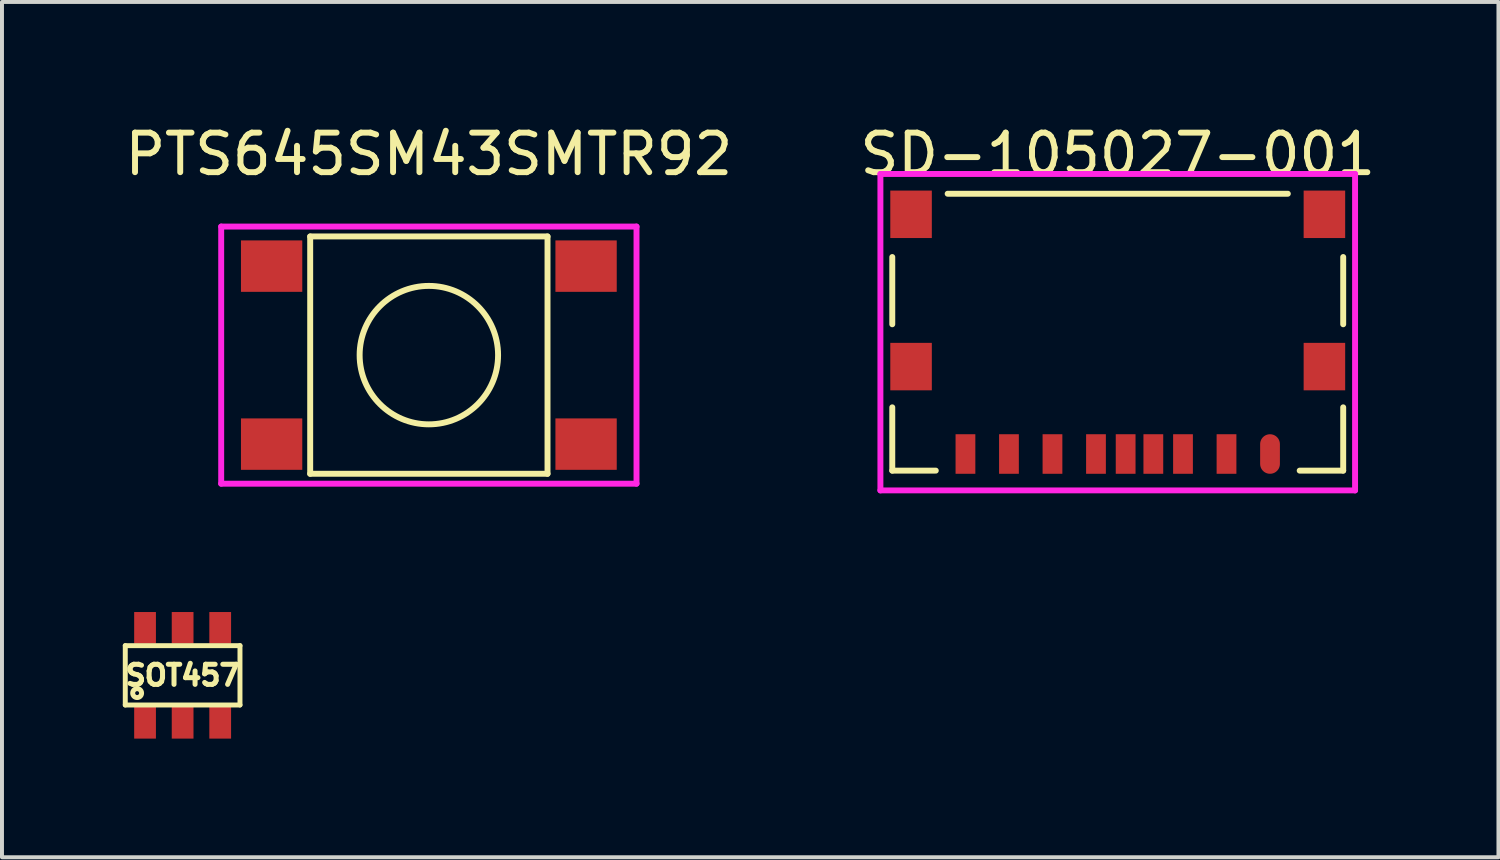
<source format=kicad_pcb>
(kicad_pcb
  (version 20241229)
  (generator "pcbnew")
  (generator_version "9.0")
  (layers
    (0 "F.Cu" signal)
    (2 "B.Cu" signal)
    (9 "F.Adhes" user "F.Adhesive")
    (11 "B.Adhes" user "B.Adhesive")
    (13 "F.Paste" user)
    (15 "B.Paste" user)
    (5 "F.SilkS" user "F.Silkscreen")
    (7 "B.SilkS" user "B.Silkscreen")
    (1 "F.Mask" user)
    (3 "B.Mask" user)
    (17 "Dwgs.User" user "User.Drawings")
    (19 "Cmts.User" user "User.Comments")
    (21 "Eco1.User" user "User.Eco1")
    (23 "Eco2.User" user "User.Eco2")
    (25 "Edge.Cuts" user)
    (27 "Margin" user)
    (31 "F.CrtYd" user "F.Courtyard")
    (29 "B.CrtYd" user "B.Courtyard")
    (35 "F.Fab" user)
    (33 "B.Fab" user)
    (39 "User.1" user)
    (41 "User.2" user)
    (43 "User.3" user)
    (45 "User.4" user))
  (footprint "SD-105027-001"
    (layer "F.Cu")
    (at 25.208 5.348)
    (property "Reference" "SD-105027-001" (at 0 -4.5 0) (layer "F.SilkS") (effects (font (size 1 1) (thickness 0.15))))
    (attr through_hole)
    (fp_line (start -5.7 -0.2) (end -5.7 -1.9) (stroke (width 0.15) (type solid)) (layer "F.SilkS"))
    (fp_line (start -5.7 3.5) (end -5.7 1.9) (stroke (width 0.15) (type solid)) (layer "F.SilkS"))
    (fp_line (start -4.6 3.5) (end -5.7 3.5) (stroke (width 0.15) (type solid)) (layer "F.SilkS"))
    (fp_line (start -4.3 -3.5) (end 4.3 -3.5) (stroke (width 0.15) (type solid)) (layer "F.SilkS"))
    (fp_line (start 5.7 -1.9) (end 5.7 -0.2) (stroke (width 0.15) (type solid)) (layer "F.SilkS"))
    (fp_line (start 5.7 1.9) (end 5.7 3.5) (stroke (width 0.15) (type solid)) (layer "F.SilkS"))
    (fp_line (start 5.7 3.5) (end 4.6 3.5) (stroke (width 0.15) (type solid)) (layer "F.SilkS"))
    (fp_line (start -6 -4) (end -6 4) (stroke (width 0.15) (type solid)) (layer "F.CrtYd"))
    (fp_line (start -6 4) (end 6 4) (stroke (width 0.15) (type solid)) (layer "F.CrtYd"))
    (fp_line (start 6 -4) (end -6 -4) (stroke (width 0.15) (type solid)) (layer "F.CrtYd"))
    (fp_line (start 6 4) (end 6 -4) (stroke (width 0.15) (type solid)) (layer "F.CrtYd"))
    (pad "G1" smd rect (at 0.2 3.08) (size 0.5 1) (layers "F.Cu" "F.Mask" "F.Paste"))
    (pad "P1" smd oval (at 3.85 3.08) (size 0.5 1) (layers "F.Cu" "F.Mask" "F.Paste"))
    (pad "P2" smd rect (at 2.75 3.08) (size 0.5 1) (layers "F.Cu" "F.Mask" "F.Paste"))
    (pad "P3" smd rect (at 1.65 3.08) (size 0.5 1) (layers "F.Cu" "F.Mask" "F.Paste"))
    (pad "P4" smd rect (at 0.9 3.08) (size 0.5 1) (layers "F.Cu" "F.Mask" "F.Paste"))
    (pad "P5" smd rect (at -0.55 3.08) (size 0.5 1) (layers "F.Cu" "F.Mask" "F.Paste"))
    (pad "P6" smd rect (at -1.65 3.08) (size 0.5 1) (layers "F.Cu" "F.Mask" "F.Paste"))
    (pad "P7" smd rect (at -2.75 3.08) (size 0.5 1) (layers "F.Cu" "F.Mask" "F.Paste"))
    (pad "P8" smd rect (at -3.85 3.08) (size 0.5 1) (layers "F.Cu" "F.Mask" "F.Paste"))
    (pad "S1" smd rect (at -5.225 -2.98) (size 1.05 1.2) (layers "F.Cu" "F.Mask" "F.Paste"))
    (pad "S2" smd rect (at -5.225 0.87) (size 1.05 1.2) (layers "F.Cu" "F.Mask" "F.Paste"))
    (pad "S3" smd rect (at 5.225 0.87) (size 1.05 1.2) (layers "F.Cu" "F.Mask" "F.Paste"))
    (pad "S4" smd rect (at 5.225 -2.98) (size 1.05 1.2) (layers "F.Cu" "F.Mask" "F.Paste")))
  (footprint "PTS645SM43SMTR92"
    (layer "F.Cu")
    (at 7.792 5.928)
    (property "Reference" "PTS645SM43SMTR92" (at 0 -5.08 0) (layer "F.SilkS") (effects (font (size 1 1) (thickness 0.15))))
    (attr through_hole)
    (fp_line (start -3 -3) (end -3 3) (stroke (width 0.15) (type solid)) (layer "F.SilkS"))
    (fp_line (start -3 3) (end 3 3) (stroke (width 0.15) (type solid)) (layer "F.SilkS"))
    (fp_line (start 3 -3) (end -3 -3) (stroke (width 0.15) (type solid)) (layer "F.SilkS"))
    (fp_line (start 3 3) (end 3 -3) (stroke (width 0.15) (type solid)) (layer "F.SilkS"))
    (fp_circle (center 0 0) (end 0 1.75) (stroke (width 0.15) (type solid)) (fill no) (layer "F.SilkS"))
    (fp_line (start -5.25 -3.25) (end -5.25 3.25) (stroke (width 0.15) (type solid)) (layer "F.CrtYd"))
    (fp_line (start -5.25 3.25) (end 5.25 3.25) (stroke (width 0.15) (type solid)) (layer "F.CrtYd"))
    (fp_line (start 5.25 -3.25) (end -5.25 -3.25) (stroke (width 0.15) (type solid)) (layer "F.CrtYd"))
    (fp_line (start 5.25 3.25) (end 5.25 -3.25) (stroke (width 0.15) (type solid)) (layer "F.CrtYd"))
    (pad "1" smd rect (at -3.975 -2.25) (size 1.55 1.3) (layers "F.Cu" "F.Mask" "F.Paste"))
    (pad "1" smd rect (at 3.975 -2.25) (size 1.55 1.3) (layers "F.Cu" "F.Mask" "F.Paste"))
    (pad "2" smd rect (at -3.975 2.25) (size 1.55 1.3) (layers "F.Cu" "F.Mask" "F.Paste"))
    (pad "2" smd rect (at 3.975 2.25) (size 1.55 1.3) (layers "F.Cu" "F.Mask" "F.Paste")))
  (footprint "SOT457"
    (layer "F.Cu")
    (at 1.567 14.023)
    (property "Reference" "SOT457" (at 0 0 0) (layer "F.SilkS") (effects (font (size 0.508 0.508) (thickness 0.127))))
    (attr through_hole)
    (fp_line (start -1.45 -0.75) (end 1.45 -0.75) (stroke (width 0.125) (type solid)) (layer "F.SilkS"))
    (fp_line (start -1.45 0.75) (end -1.45 -0.75) (stroke (width 0.125) (type solid)) (layer "F.SilkS"))
    (fp_line (start 1.45 -0.75) (end 1.45 0.75) (stroke (width 0.125) (type solid)) (layer "F.SilkS"))
    (fp_line (start 1.45 0.75) (end -1.45 0.75) (stroke (width 0.125) (type solid)) (layer "F.SilkS"))
    (fp_circle (center -1.15 0.45) (end -1.15 0.5) (stroke (width 0.125) (type solid)) (fill no) (layer "F.SilkS"))
    (pad "1" smd rect (at -0.95 1.2) (size 0.55 0.8) (layers "F.Cu" "F.Mask" "F.Paste"))
    (pad "2" smd rect (at 0 1.2) (size 0.55 0.8) (layers "F.Cu" "F.Mask" "F.Paste"))
    (pad "3" smd rect (at 0.95 1.2) (size 0.55 0.8) (layers "F.Cu" "F.Mask" "F.Paste"))
    (pad "4" smd rect (at 0.95 -1.2) (size 0.55 0.8) (layers "F.Cu" "F.Mask" "F.Paste"))
    (pad "5" smd rect (at 0 -1.2) (size 0.55 0.8) (layers "F.Cu" "F.Mask" "F.Paste"))
    (pad "6" smd rect (at -0.95 -1.2) (size 0.55 0.8) (layers "F.Cu" "F.Mask" "F.Paste")))
  (gr_rect
    (start -3 -3)
    (end 34.833 18.623)
    (stroke (width 0.1) (type default))
    (fill no)
    (layer "Edge.Cuts")))
</source>
